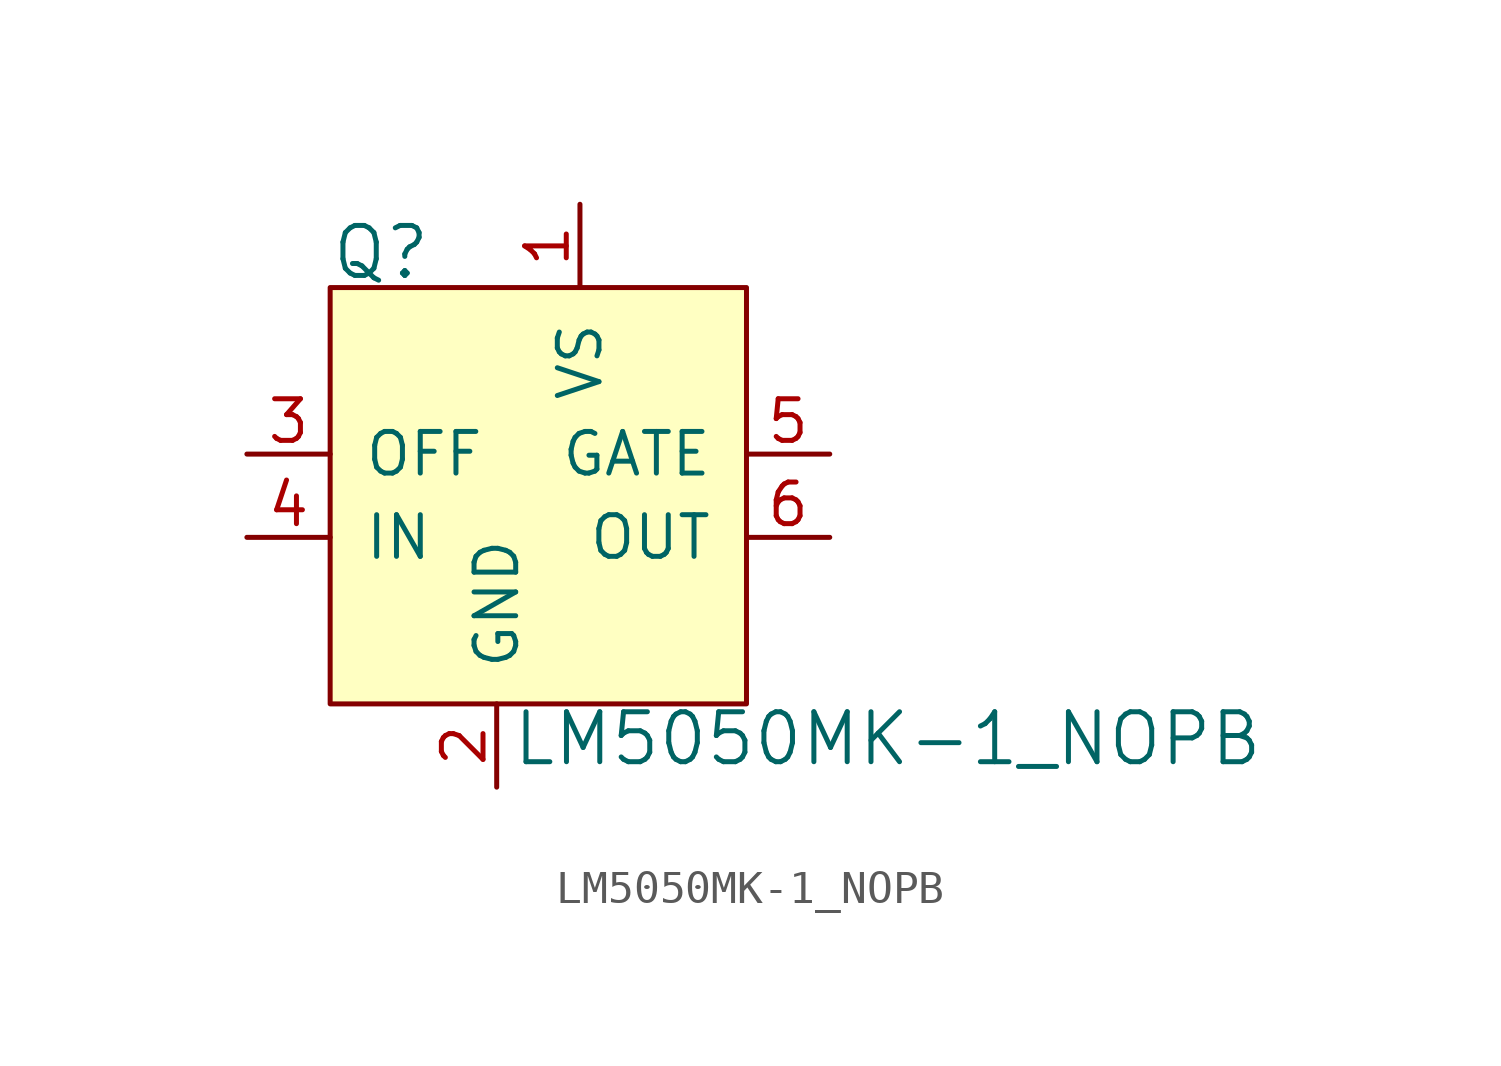
<source format=kicad_sym>
(kicad_symbol_lib
  (version 20201005)
  (generator kicad_symbol_editor)
  (symbol "LM5050MK-1_NOPB"
    (pin_names
      (offset 1.016))
    (property "Reference" "Q"
      (at -5.08 6.147 0)
      (effects (font (size 1.524 1.524)) (justify left)))
    (property "Value" "LM5050MK-1_NOPB"
      (at 0.432 -8.687 0)
      (effects (font (size 1.524 1.524)) (justify left)))
    (symbol "LM5050MK-1_NOPB_0_1"
      (rectangle (start -5.08 5.08) (end 7.62 -7.62) (stroke (width 0)) (fill (type background))))
    (symbol "LM5050MK-1_NOPB_1_1"
      (pin power_in line (at 2.54 7.62 270) (length 2.54) (name "VS" (effects (font (size 1.27 1.27)))) (number "1" (effects (font (size 1.27 1.27)))))
      (pin power_in line (at 0 -10.16 90) (length 2.54) (name "GND" (effects (font (size 1.27 1.27)))) (number "2" (effects (font (size 1.27 1.27)))))
      (pin input line (at -7.62 0 0) (length 2.54) (name "OFF" (effects (font (size 1.27 1.27)))) (number "3" (effects (font (size 1.27 1.27)))))
      (pin input line (at -7.62 -2.54 0) (length 2.54) (name "IN" (effects (font (size 1.27 1.27)))) (number "4" (effects (font (size 1.27 1.27)))))
      (pin output line (at 10.16 0 180) (length 2.54) (name "GATE" (effects (font (size 1.27 1.27)))) (number "5" (effects (font (size 1.27 1.27)))))
      (pin output line (at 10.16 -2.54 180) (length 2.54) (name "OUT" (effects (font (size 1.27 1.27)))) (number "6" (effects (font (size 1.27 1.27))))))))
</source>
